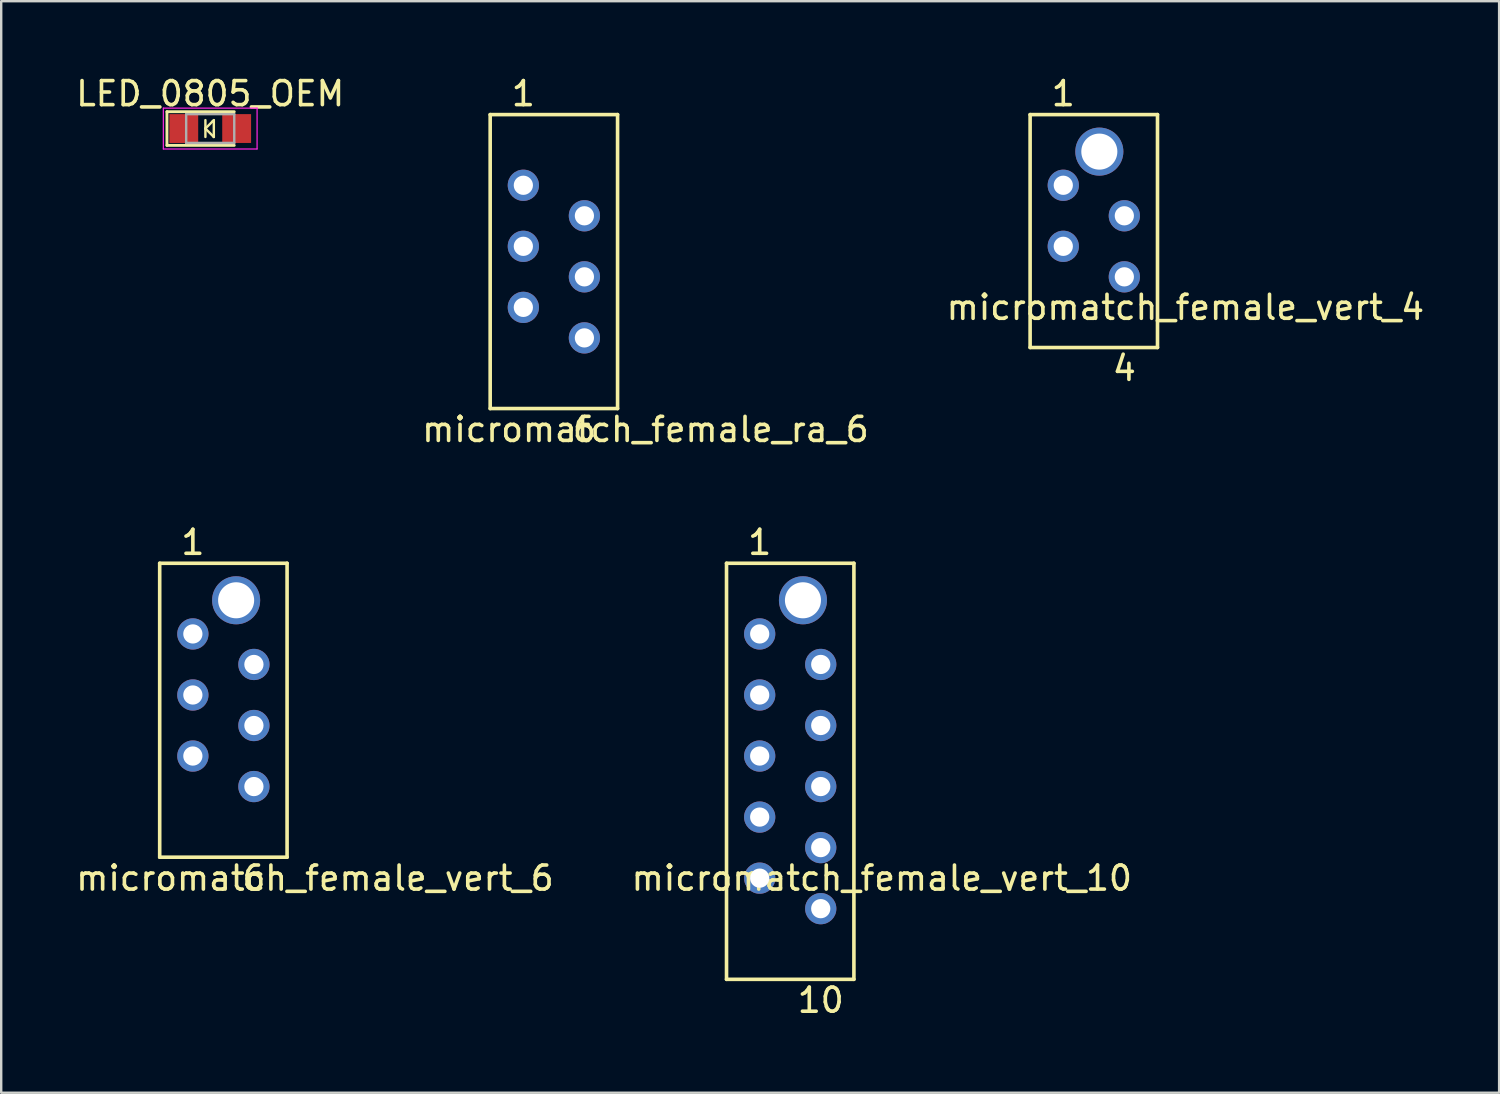
<source format=kicad_pcb>
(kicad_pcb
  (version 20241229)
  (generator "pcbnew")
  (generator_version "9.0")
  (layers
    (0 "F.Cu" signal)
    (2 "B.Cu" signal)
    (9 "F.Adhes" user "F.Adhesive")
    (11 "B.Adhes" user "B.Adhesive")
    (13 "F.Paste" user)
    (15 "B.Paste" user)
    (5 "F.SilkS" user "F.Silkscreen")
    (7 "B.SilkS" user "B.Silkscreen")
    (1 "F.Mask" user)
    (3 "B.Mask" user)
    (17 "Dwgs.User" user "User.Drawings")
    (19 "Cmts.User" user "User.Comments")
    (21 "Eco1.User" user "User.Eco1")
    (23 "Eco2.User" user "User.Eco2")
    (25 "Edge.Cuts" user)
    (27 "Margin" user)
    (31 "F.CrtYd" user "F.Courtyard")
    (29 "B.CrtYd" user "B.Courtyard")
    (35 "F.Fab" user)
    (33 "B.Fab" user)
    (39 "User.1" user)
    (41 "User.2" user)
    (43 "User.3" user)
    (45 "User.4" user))
  (footprint "micromatch_female_vert_6"
    (layer "F.Cu")
    (at 4.974 28.405)
    (property "Reference" "micromatch_female_vert_6" (at 5.08 5.08 0) (layer "F.SilkS") (effects (font (size 1 1) (thickness 0.15))))
    (attr through_hole)
    (fp_line (start -1.38 -8.02) (end 3.92 -8.02) (stroke (width 0.15) (type solid)) (layer "F.SilkS"))
    (fp_line (start -1.38 4.21) (end -1.38 -8.02) (stroke (width 0.15) (type solid)) (layer "F.SilkS"))
    (fp_line (start -1.38 4.21) (end 3.92 4.21) (stroke (width 0.15) (type solid)) (layer "F.SilkS"))
    (fp_line (start 3.92 4.21) (end 3.92 -8.02) (stroke (width 0.15) (type solid)) (layer "F.SilkS"))
    (fp_text user "6" (at 2.54 5.08 0) (layer "F.SilkS") (effects (font (size 1 1) (thickness 0.15))))
    (fp_text user "1" (at 0 -8.89 0) (layer "F.SilkS") (effects (font (size 1 1) (thickness 0.15))))
    (pad "1" thru_hole circle (at 0 -5.08) (size 1.3 1.3) (drill 0.8) (layers "*.Cu" "*.Mask"))
    (pad "2" thru_hole circle (at 2.54 -3.81) (size 1.3 1.3) (drill 0.8) (layers "*.Cu" "*.Mask"))
    (pad "3" thru_hole circle (at 0 -2.54) (size 1.3 1.3) (drill 0.8) (layers "*.Cu" "*.Mask"))
    (pad "4" thru_hole circle (at 2.54 -1.27) (size 1.3 1.3) (drill 0.8) (layers "*.Cu" "*.Mask"))
    (pad "5" thru_hole circle (at 0 0) (size 1.3 1.3) (drill 0.8) (layers "*.Cu" "*.Mask"))
    (pad "6" thru_hole circle (at 2.54 1.27) (size 1.3 1.3) (drill 0.8) (layers "*.Cu" "*.Mask"))
    (pad "7" thru_hole circle (at 1.8 -6.48) (size 2 2) (drill 1.5) (layers "*.Cu" "*.Mask")))
  (footprint "micromatch_female_vert_4"
    (layer "F.Cu")
    (at 41.188 9.738)
    (property "Reference" "micromatch_female_vert_4" (at 5.08 0 0) (layer "F.SilkS") (effects (font (size 1 1) (thickness 0.15))))
    (attr through_hole)
    (fp_line (start -1.38 -8.02) (end 3.92 -8.02) (stroke (width 0.15) (type solid)) (layer "F.SilkS"))
    (fp_line (start -1.38 1.67) (end -1.38 -8.02) (stroke (width 0.15) (type solid)) (layer "F.SilkS"))
    (fp_line (start -1.38 1.67) (end 3.92 1.67) (stroke (width 0.15) (type solid)) (layer "F.SilkS"))
    (fp_line (start 3.92 1.67) (end 3.92 -8.02) (stroke (width 0.15) (type solid)) (layer "F.SilkS"))
    (fp_text user "1" (at 0 -8.89 0) (layer "F.SilkS") (effects (font (size 1 1) (thickness 0.15))))
    (fp_text user "4" (at 2.54 2.54 0) (layer "F.SilkS") (effects (font (size 1 1) (thickness 0.15))))
    (pad "1" thru_hole circle (at 0 -5.08) (size 1.3 1.3) (drill 0.8) (layers "*.Cu" "*.Mask"))
    (pad "2" thru_hole circle (at 2.54 -3.81) (size 1.3 1.3) (drill 0.8) (layers "*.Cu" "*.Mask"))
    (pad "3" thru_hole circle (at 0 -2.54) (size 1.3 1.3) (drill 0.8) (layers "*.Cu" "*.Mask"))
    (pad "4" thru_hole circle (at 2.54 -1.27) (size 1.3 1.3) (drill 0.8) (layers "*.Cu" "*.Mask"))
    (pad "5" thru_hole circle (at 1.5 -6.48) (size 2 2) (drill 1.5) (layers "*.Cu" "*.Mask")))
  (footprint "micromatch_female_vert_10"
    (layer "F.Cu")
    (at 28.557 28.405)
    (property "Reference" "micromatch_female_vert_10" (at 5.08 5.08 0) (layer "F.SilkS") (effects (font (size 1 1) (thickness 0.15))))
    (attr through_hole)
    (fp_line (start -1.38 -8.02) (end 3.92 -8.02) (stroke (width 0.15) (type solid)) (layer "F.SilkS"))
    (fp_line (start -1.38 9.29) (end -1.38 -8.02) (stroke (width 0.15) (type solid)) (layer "F.SilkS"))
    (fp_line (start -1.38 9.29) (end 3.92 9.29) (stroke (width 0.15) (type solid)) (layer "F.SilkS"))
    (fp_line (start 3.92 9.29) (end 3.92 -8.02) (stroke (width 0.15) (type solid)) (layer "F.SilkS"))
    (fp_text user "10" (at 2.54 10.16 0) (layer "F.SilkS") (effects (font (size 1 1) (thickness 0.15))))
    (fp_text user "1" (at 0 -8.89 0) (layer "F.SilkS") (effects (font (size 1 1) (thickness 0.15))))
    (pad "1" thru_hole circle (at 0 -5.08) (size 1.3 1.3) (drill 0.8) (layers "*.Cu" "*.Mask"))
    (pad "2" thru_hole circle (at 2.54 -3.81) (size 1.3 1.3) (drill 0.8) (layers "*.Cu" "*.Mask"))
    (pad "3" thru_hole circle (at 0 -2.54) (size 1.3 1.3) (drill 0.8) (layers "*.Cu" "*.Mask"))
    (pad "4" thru_hole circle (at 2.54 -1.27) (size 1.3 1.3) (drill 0.8) (layers "*.Cu" "*.Mask"))
    (pad "5" thru_hole circle (at 0 0) (size 1.3 1.3) (drill 0.8) (layers "*.Cu" "*.Mask"))
    (pad "6" thru_hole circle (at 2.54 1.27) (size 1.3 1.3) (drill 0.8) (layers "*.Cu" "*.Mask"))
    (pad "7" thru_hole circle (at 0 2.54) (size 1.3 1.3) (drill 0.8) (layers "*.Cu" "*.Mask"))
    (pad "8" thru_hole circle (at 2.54 3.81) (size 1.3 1.3) (drill 0.8) (layers "*.Cu" "*.Mask"))
    (pad "9" thru_hole circle (at 0 5.08) (size 1.3 1.3) (drill 0.8) (layers "*.Cu" "*.Mask"))
    (pad "10" thru_hole circle (at 2.54 6.35) (size 1.3 1.3) (drill 0.8) (layers "*.Cu" "*.Mask"))
    (pad "11" thru_hole circle (at 1.8 -6.48) (size 2 2) (drill 1.5) (layers "*.Cu" "*.Mask")))
  (footprint "LED_0805_OEM"
    (layer "F.Cu")
    (at 5.696 2.298)
    (property "Reference" "LED_0805_OEM" (at 0 -1.45 0) (layer "F.SilkS") (effects (font (size 1 1) (thickness 0.15))))
    (attr smd)
    (fp_line (start -1.8 -0.7) (end -1.8 0.7) (stroke (width 0.12) (type solid)) (layer "F.SilkS"))
    (fp_line (start -1.8 -0.7) (end 1 -0.7) (stroke (width 0.12) (type solid)) (layer "F.SilkS"))
    (fp_line (start -1.8 0.7) (end 1 0.7) (stroke (width 0.12) (type solid)) (layer "F.SilkS"))
    (fp_line (start -0.2 0) (end -0.2 -0.35) (stroke (width 0.1) (type solid)) (layer "F.SilkS"))
    (fp_line (start -0.2 0) (end 0.1 -0.3) (stroke (width 0.1) (type solid)) (layer "F.SilkS"))
    (fp_line (start -0.2 0.35) (end -0.2 0) (stroke (width 0.1) (type solid)) (layer "F.SilkS"))
    (fp_line (start 0.1 -0.3) (end 0.15 -0.35) (stroke (width 0.1) (type solid)) (layer "F.SilkS"))
    (fp_line (start 0.15 -0.35) (end 0.15 0.3) (stroke (width 0.1) (type solid)) (layer "F.SilkS"))
    (fp_line (start 0.15 0.3) (end 0.15 0.35) (stroke (width 0.1) (type solid)) (layer "F.SilkS"))
    (fp_line (start 0.15 0.35) (end -0.2 0) (stroke (width 0.1) (type solid)) (layer "F.SilkS"))
    (fp_line (start 0.15 0.35) (end 0.15 0.3) (stroke (width 0.1) (type solid)) (layer "F.SilkS"))
    (fp_line (start -1.95 -0.85) (end 1.95 -0.85) (stroke (width 0.05) (type solid)) (layer "F.CrtYd"))
    (fp_line (start -1.95 0.85) (end -1.95 -0.85) (stroke (width 0.05) (type solid)) (layer "F.CrtYd"))
    (fp_line (start 1.95 -0.85) (end 1.95 0.85) (stroke (width 0.05) (type solid)) (layer "F.CrtYd"))
    (fp_line (start 1.95 0.85) (end -1.95 0.85) (stroke (width 0.05) (type solid)) (layer "F.CrtYd"))
    (fp_line (start -1 -0.6) (end 1 -0.6) (stroke (width 0.1) (type solid)) (layer "F.Fab"))
    (fp_line (start -1 0.6) (end -1 -0.6) (stroke (width 0.1) (type solid)) (layer "F.Fab"))
    (fp_line (start 1 -0.6) (end 1 0.6) (stroke (width 0.1) (type solid)) (layer "F.Fab"))
    (fp_line (start 1 0.6) (end -1 0.6) (stroke (width 0.1) (type solid)) (layer "F.Fab"))
    (pad "1" smd rect (at -1.1 0 180) (size 1.2 1.2) (layers "F.Cu" "F.Mask" "F.Paste"))
    (pad "2" smd rect (at 1.1 0 180) (size 1.2 1.2) (layers "F.Cu" "F.Mask" "F.Paste")))
  (footprint "micromatch_female_ra_6"
    (layer "F.Cu")
    (at 18.724 9.738)
    (property "Reference" "micromatch_female_ra_6" (at 5.08 5.08 0) (layer "F.SilkS") (effects (font (size 1 1) (thickness 0.15))))
    (attr through_hole)
    (fp_line (start -1.38 -8.02) (end 3.92 -8.02) (stroke (width 0.15) (type solid)) (layer "F.SilkS"))
    (fp_line (start -1.38 4.21) (end -1.38 -8.02) (stroke (width 0.15) (type solid)) (layer "F.SilkS"))
    (fp_line (start -1.38 4.21) (end 3.92 4.21) (stroke (width 0.15) (type solid)) (layer "F.SilkS"))
    (fp_line (start 3.92 4.21) (end 3.92 -8.02) (stroke (width 0.15) (type solid)) (layer "F.SilkS"))
    (fp_text user "6" (at 2.54 5.08 0) (layer "F.SilkS") (effects (font (size 1 1) (thickness 0.15))))
    (fp_text user "1" (at 0 -8.89 0) (layer "F.SilkS") (effects (font (size 1 1) (thickness 0.15))))
    (pad "1" thru_hole circle (at 0 -5.08) (size 1.3 1.3) (drill 0.8) (layers "*.Cu" "*.Mask"))
    (pad "2" thru_hole circle (at 2.54 -3.81) (size 1.3 1.3) (drill 0.8) (layers "*.Cu" "*.Mask"))
    (pad "3" thru_hole circle (at 0 -2.54) (size 1.3 1.3) (drill 0.8) (layers "*.Cu" "*.Mask"))
    (pad "4" thru_hole circle (at 2.54 -1.27) (size 1.3 1.3) (drill 0.8) (layers "*.Cu" "*.Mask"))
    (pad "5" thru_hole circle (at 0 0) (size 1.3 1.3) (drill 0.8) (layers "*.Cu" "*.Mask"))
    (pad "6" thru_hole circle (at 2.54 1.27) (size 1.3 1.3) (drill 0.8) (layers "*.Cu" "*.Mask")))
  (gr_rect
    (start -3 -3)
    (end 59.321 42.413)
    (stroke (width 0.1) (type default))
    (fill no)
    (layer "Edge.Cuts")))
</source>
